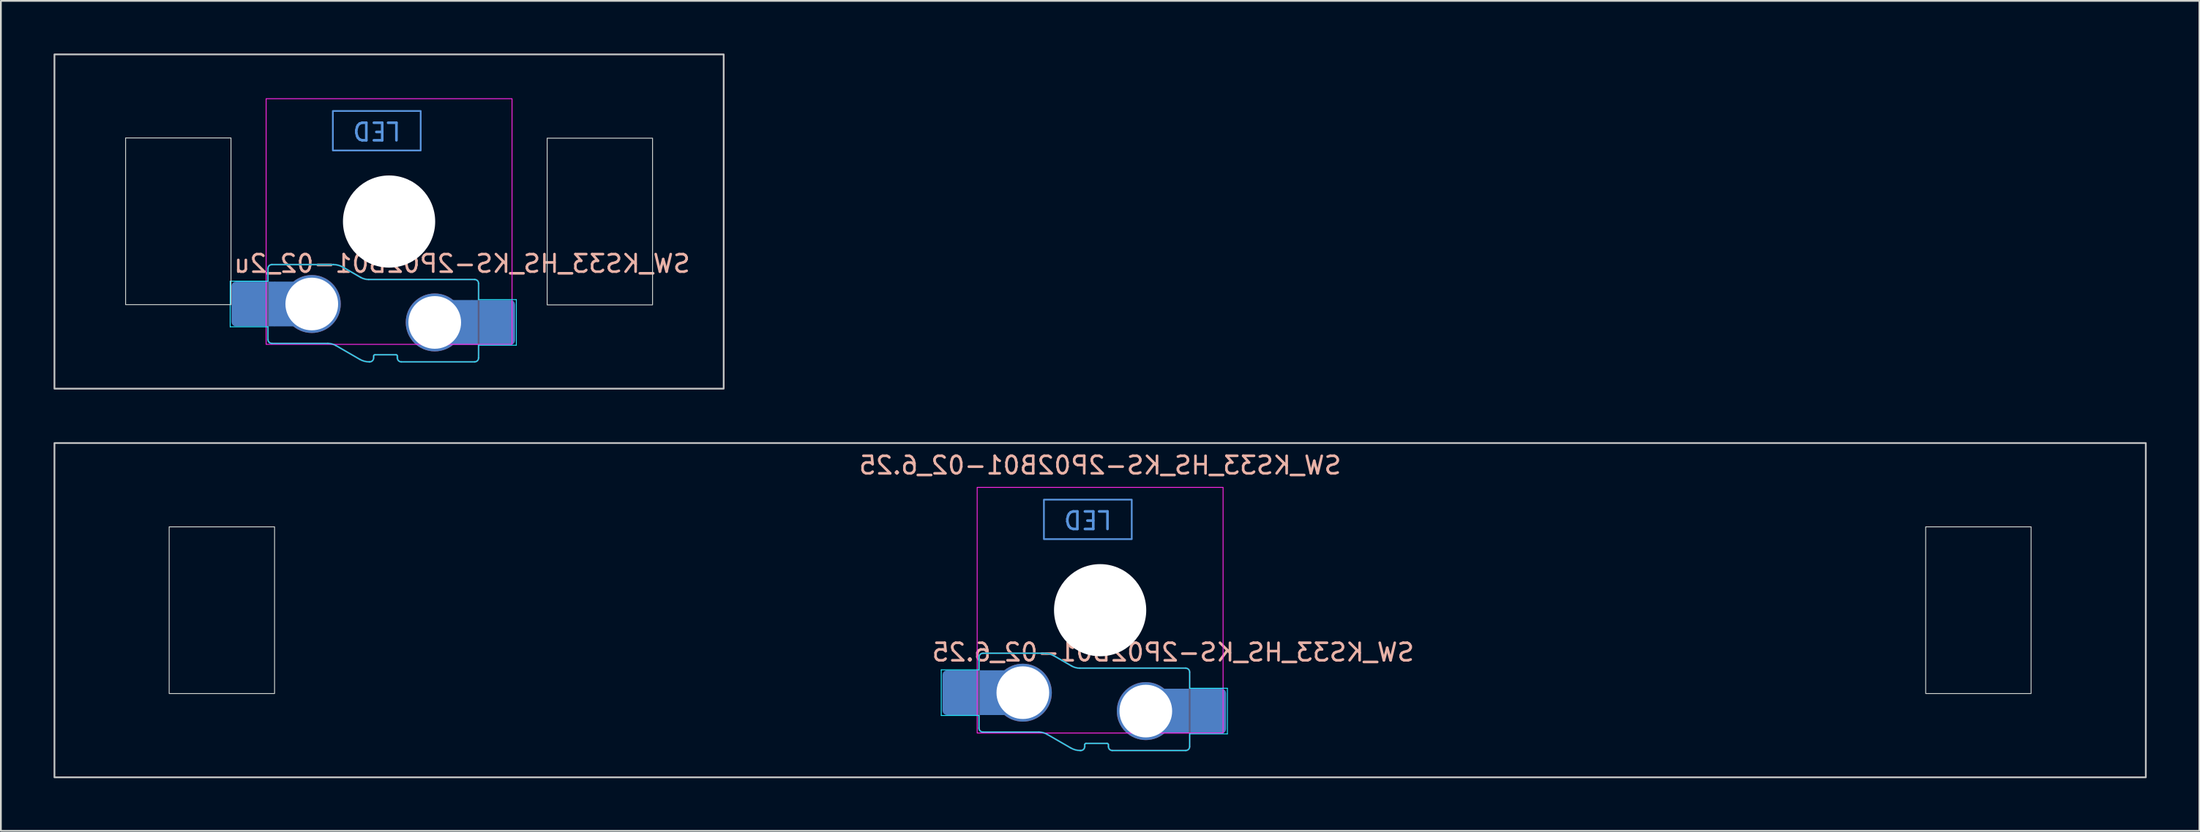
<source format=kicad_pcb>
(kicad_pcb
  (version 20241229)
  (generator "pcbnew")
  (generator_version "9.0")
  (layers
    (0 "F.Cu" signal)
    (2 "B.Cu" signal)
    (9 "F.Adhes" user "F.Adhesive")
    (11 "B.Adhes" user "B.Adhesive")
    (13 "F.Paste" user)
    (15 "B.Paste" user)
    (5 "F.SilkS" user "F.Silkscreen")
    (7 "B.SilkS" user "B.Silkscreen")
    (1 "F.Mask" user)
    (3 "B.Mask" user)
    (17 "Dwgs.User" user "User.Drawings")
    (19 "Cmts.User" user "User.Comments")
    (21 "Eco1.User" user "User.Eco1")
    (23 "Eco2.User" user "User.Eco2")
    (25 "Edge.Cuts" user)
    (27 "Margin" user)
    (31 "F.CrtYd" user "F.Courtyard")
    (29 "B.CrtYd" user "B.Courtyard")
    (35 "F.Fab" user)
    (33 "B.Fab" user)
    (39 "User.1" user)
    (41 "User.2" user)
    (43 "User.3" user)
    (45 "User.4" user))
  (footprint "SW_KS33_HS_KS-2P02B01-02_2u"
    (layer "F.Cu")
    (at 19.1 9.575)
    (property "Reference" "SW_KS33_HS_KS-2P02B01-02_2u" (at 4.155 2.4 180) (layer "B.SilkS") (effects (font (size 1 1) (thickness 0.15)) (justify mirror)))
    (attr smd)
    (fp_rect (start -19.05 -9.525) (end 19.05 9.525) (stroke (width 0.1) (type default)) (fill no) (layer "Dwgs.User"))
    (fp_rect (start -3.2 -4.05) (end 1.8 -6.3) (stroke (width 0.1) (type default)) (fill no) (layer "Cmts.User"))
    (fp_line (start -7 -6.5) (end -7 6.5) (stroke (width 0.1) (type default)) (layer "Eco2.User"))
    (fp_line (start -6.5 7) (end 6.5 7) (stroke (width 0.1) (type default)) (layer "Eco2.User"))
    (fp_line (start 6.5 -7) (end -6.5 -7) (stroke (width 0.1) (type default)) (layer "Eco2.User"))
    (fp_line (start 7 6.5) (end 7 -6.5) (stroke (width 0.1) (type default)) (layer "Eco2.User"))
    (fp_arc (start -7 -6.5) (mid -6.853553 -6.853553) (end -6.5 -7) (stroke (width 0.1) (type default)) (layer "Eco2.User"))
    (fp_arc (start -6.5 7) (mid -6.853553 6.853553) (end -7 6.5) (stroke (width 0.1) (type default)) (layer "Eco2.User"))
    (fp_arc (start 6.5 -7) (mid 6.853553 -6.853553) (end 7 -6.5) (stroke (width 0.1) (type default)) (layer "Eco2.User"))
    (fp_arc (start 7 6.5) (mid 6.853553 6.853553) (end 6.5 7) (stroke (width 0.1) (type default)) (layer "Eco2.User"))
    (fp_rect (start -15 -4.763) (end -9 4.737) (stroke (width 0.05) (type solid)) (fill no) (layer "Edge.Cuts"))
    (fp_rect (start 9 -4.75) (end 15 4.75) (stroke (width 0.05) (type solid)) (fill no) (layer "Edge.Cuts"))
    (fp_line (start -9.045 3.4) (end -9.045 6) (stroke (width 0.05) (type solid)) (layer "B.CrtYd"))
    (fp_line (start -9.045 6) (end -6.897 6) (stroke (width 0.05) (type solid)) (layer "B.CrtYd"))
    (fp_line (start -6.897 2.678) (end -6.897 3.4) (stroke (width 0.05) (type default)) (layer "B.CrtYd"))
    (fp_line (start -6.897 3.4) (end -9.045 3.4) (stroke (width 0.05) (type solid)) (layer "B.CrtYd"))
    (fp_line (start -6.897 6.722) (end -6.897 6) (stroke (width 0.05) (type default)) (layer "B.CrtYd"))
    (fp_line (start -6.672 6.947) (end -3.486 6.947) (stroke (width 0.05) (type solid)) (layer "B.CrtYd"))
    (fp_line (start -3.169 2.453) (end -6.672 2.453) (stroke (width 0.05) (type solid)) (layer "B.CrtYd"))
    (fp_line (start -3.023 7.07) (end -1.669 7.853) (stroke (width 0.05) (type solid)) (layer "B.CrtYd"))
    (fp_line (start -1.623 3.18) (end -2.631 2.597) (stroke (width 0.05) (type solid)) (layer "B.CrtYd"))
    (fp_line (start -1.131 7.997) (end -1.103 7.997) (stroke (width 0.05) (type solid)) (layer "B.CrtYd"))
    (fp_line (start -0.878 7.772) (end -0.878 7.666) (stroke (width 0.05) (type solid)) (layer "B.CrtYd"))
    (fp_line (start -0.803 7.591) (end 0.397 7.591) (stroke (width 0.05) (type solid)) (layer "B.CrtYd"))
    (fp_line (start 0.472 7.666) (end 0.472 7.772) (stroke (width 0.05) (type solid)) (layer "B.CrtYd"))
    (fp_line (start 0.697 7.997) (end 4.872 7.997) (stroke (width 0.05) (type solid)) (layer "B.CrtYd"))
    (fp_line (start 4.872 3.303) (end -1.161 3.303) (stroke (width 0.05) (type solid)) (layer "B.CrtYd"))
    (fp_line (start 5.097 4.45) (end 5.097 3.528) (stroke (width 0.05) (type default)) (layer "B.CrtYd"))
    (fp_line (start 5.097 7.05) (end 7.245 7.05) (stroke (width 0.05) (type solid)) (layer "B.CrtYd"))
    (fp_line (start 5.097 7.772) (end 5.097 7.05) (stroke (width 0.05) (type solid)) (layer "B.CrtYd"))
    (fp_line (start 7.245 4.45) (end 5.097 4.45) (stroke (width 0.05) (type solid)) (layer "B.CrtYd"))
    (fp_line (start 7.245 7.05) (end 7.245 4.45) (stroke (width 0.05) (type solid)) (layer "B.CrtYd"))
    (fp_arc (start -6.896509 2.678462) (mid -6.830601 2.51939) (end -6.671525 2.453491) (stroke (width 0.05) (type solid)) (layer "B.CrtYd"))
    (fp_arc (start -6.671538 6.946509) (mid -6.830605 6.880605) (end -6.896509 6.721538) (stroke (width 0.05) (type solid)) (layer "B.CrtYd"))
    (fp_arc (start -3.485647 6.946509) (mid -3.246259 6.978024) (end -3.023183 7.070426) (stroke (width 0.05) (type solid)) (layer "B.CrtYd"))
    (fp_arc (start -3.168841 2.453491) (mid -2.890655 2.490133) (end -2.63142 2.597493) (stroke (width 0.05) (type solid)) (layer "B.CrtYd"))
    (fp_arc (start -1.160763 3.303491) (mid -1.400151 3.271972) (end -1.623227 3.179574) (stroke (width 0.05) (type solid)) (layer "B.CrtYd"))
    (fp_arc (start -1.131159 7.996509) (mid -1.409348 7.959882) (end -1.66858 7.852507) (stroke (width 0.05) (type solid)) (layer "B.CrtYd"))
    (fp_arc (start -0.878483 7.666366) (mid -0.856509 7.613326) (end -0.803483 7.591366) (stroke (width 0.05) (type solid)) (layer "B.CrtYd"))
    (fp_arc (start -0.878483 7.771509) (mid -0.944384 7.930608) (end -1.103483 7.996509) (stroke (width 0.05) (type solid)) (layer "B.CrtYd"))
    (fp_arc (start 0.396517 7.591366) (mid 0.44955 7.613333) (end 0.471517 7.666366) (stroke (width 0.05) (type solid)) (layer "B.CrtYd"))
    (fp_arc (start 0.696525 7.997359) (mid 0.537421 7.931461) (end 0.471517 7.772359) (stroke (width 0.05) (type solid)) (layer "B.CrtYd"))
    (fp_arc (start 4.871538 3.303491) (mid 5.030608 3.369392) (end 5.096509 3.528462) (stroke (width 0.05) (type solid)) (layer "B.CrtYd"))
    (fp_arc (start 5.096509 7.771538) (mid 5.030611 7.930605) (end 4.871547 7.996509) (stroke (width 0.05) (type solid)) (layer "B.CrtYd"))
    (fp_rect (start -7 7) (end 7 -7) (stroke (width 0.05) (type default)) (fill no) (layer "F.CrtYd"))
    (fp_line (start -6.897 2.678) (end -6.897 6.722) (stroke (width 0.1) (type solid)) (layer "B.Fab"))
    (fp_line (start -6.672 6.947) (end -3.486 6.947) (stroke (width 0.1) (type solid)) (layer "B.Fab"))
    (fp_line (start -3.169 2.453) (end -6.672 2.453) (stroke (width 0.1) (type solid)) (layer "B.Fab"))
    (fp_line (start -3.023 7.07) (end -1.669 7.853) (stroke (width 0.1) (type solid)) (layer "B.Fab"))
    (fp_line (start -1.623 3.18) (end -2.631 2.597) (stroke (width 0.1) (type solid)) (layer "B.Fab"))
    (fp_line (start -1.131 7.997) (end -1.103 7.997) (stroke (width 0.1) (type solid)) (layer "B.Fab"))
    (fp_line (start -0.878 7.772) (end -0.878 7.666) (stroke (width 0.1) (type solid)) (layer "B.Fab"))
    (fp_line (start -0.803 7.591) (end 0.397 7.591) (stroke (width 0.1) (type solid)) (layer "B.Fab"))
    (fp_line (start 0.472 7.666) (end 0.472 7.772) (stroke (width 0.1) (type solid)) (layer "B.Fab"))
    (fp_line (start 0.697 7.997) (end 4.872 7.997) (stroke (width 0.1) (type solid)) (layer "B.Fab"))
    (fp_line (start 4.872 3.303) (end -1.161 3.303) (stroke (width 0.1) (type solid)) (layer "B.Fab"))
    (fp_line (start 5.097 7.772) (end 5.097 3.528) (stroke (width 0.1) (type solid)) (layer "B.Fab"))
    (fp_arc (start -6.896509 2.678462) (mid -6.830601 2.51939) (end -6.671525 2.453491) (stroke (width 0.1) (type solid)) (layer "B.Fab"))
    (fp_arc (start -6.671538 6.946509) (mid -6.830605 6.880605) (end -6.896509 6.721538) (stroke (width 0.1) (type solid)) (layer "B.Fab"))
    (fp_arc (start -3.485647 6.946509) (mid -3.246259 6.978024) (end -3.023183 7.070426) (stroke (width 0.1) (type solid)) (layer "B.Fab"))
    (fp_arc (start -3.168841 2.453491) (mid -2.890655 2.490133) (end -2.63142 2.597493) (stroke (width 0.1) (type solid)) (layer "B.Fab"))
    (fp_arc (start -1.160763 3.303491) (mid -1.400151 3.271972) (end -1.623227 3.179574) (stroke (width 0.1) (type solid)) (layer "B.Fab"))
    (fp_arc (start -1.131159 7.996509) (mid -1.409348 7.959882) (end -1.66858 7.852507) (stroke (width 0.1) (type solid)) (layer "B.Fab"))
    (fp_arc (start -0.878483 7.666366) (mid -0.856509 7.613326) (end -0.803483 7.591366) (stroke (width 0.1) (type solid)) (layer "B.Fab"))
    (fp_arc (start -0.878483 7.771509) (mid -0.944384 7.930608) (end -1.103483 7.996509) (stroke (width 0.1) (type solid)) (layer "B.Fab"))
    (fp_arc (start 0.396517 7.591366) (mid 0.44955 7.613333) (end 0.471517 7.666366) (stroke (width 0.1) (type solid)) (layer "B.Fab"))
    (fp_arc (start 0.696525 7.997359) (mid 0.537421 7.931461) (end 0.471517 7.772359) (stroke (width 0.1) (type solid)) (layer "B.Fab"))
    (fp_arc (start 4.871538 3.303491) (mid 5.030608 3.369392) (end 5.096509 3.528462) (stroke (width 0.1) (type solid)) (layer "B.Fab"))
    (fp_arc (start 5.096509 7.771538) (mid 5.030611 7.930605) (end 4.871547 7.996509) (stroke (width 0.1) (type solid)) (layer "B.Fab"))
    (fp_text user "LED" (at -0.7 -5.175 180) (unlocked yes) (layer "Cmts.User") (effects (font (size 1 1) (thickness 0.15))))
    (pad "" np_thru_hole circle (at 0 0 180) (size 5.25 5.25) (drill 5.25) (layers "*.Cu" "*.Mask"))
    (pad "1" smd roundrect (at -7.645 4.7) (size 2.65 2.55) (layers "B.Cu" "B.Mask" "B.Paste") (roundrect_rratio 0.1))
    (pad "1" smd rect (at -5.95 4.7) (size 1.2 2.55) (layers "B.Cu"))
    (pad "1" thru_hole circle (at -4.4 4.7) (size 3.3 3.3) (drill 3) (layers "*.Cu" "B.Mask"))
    (pad "2" thru_hole circle (at 2.6 5.75) (size 3.3 3.3) (drill 3) (layers "*.Cu" "B.Mask"))
    (pad "2" smd rect (at 4.15 5.75 180) (size 1.2 2.55) (layers "B.Cu"))
    (pad "2" smd roundrect (at 5.845 5.75) (size 2.65 2.55) (layers "B.Cu" "B.Mask" "B.Paste") (roundrect_rratio 0.1)))
  (footprint "SW_KS33_HS_KS-2P02B01-02_6.25"
    (layer "F.Cu")
    (at 59.581 31.725)
    (property "Reference" "SW_KS33_HS_KS-2P02B01-02_6.25" (at 4.155 2.4 180) (layer "B.SilkS") (effects (font (size 1 1) (thickness 0.15)) (justify mirror)))
    (attr smd)
    (fp_rect (start -59.531 -9.525) (end 59.531 9.525) (stroke (width 0.1) (type default)) (fill no) (layer "Dwgs.User"))
    (fp_rect (start -3.2 -4.05) (end 1.8 -6.3) (stroke (width 0.1) (type default)) (fill no) (layer "Cmts.User"))
    (fp_line (start -7 -6.5) (end -7 6.5) (stroke (width 0.1) (type default)) (layer "Eco2.User"))
    (fp_line (start -6.5 7) (end 6.5 7) (stroke (width 0.1) (type default)) (layer "Eco2.User"))
    (fp_line (start 6.5 -7) (end -6.5 -7) (stroke (width 0.1) (type default)) (layer "Eco2.User"))
    (fp_line (start 7 6.5) (end 7 -6.5) (stroke (width 0.1) (type default)) (layer "Eco2.User"))
    (fp_arc (start -7 -6.5) (mid -6.853553 -6.853553) (end -6.5 -7) (stroke (width 0.1) (type default)) (layer "Eco2.User"))
    (fp_arc (start -6.5 7) (mid -6.853553 6.853553) (end -7 6.5) (stroke (width 0.1) (type default)) (layer "Eco2.User"))
    (fp_arc (start 6.5 -7) (mid 6.853553 -6.853553) (end 7 -6.5) (stroke (width 0.1) (type default)) (layer "Eco2.User"))
    (fp_arc (start 7 6.5) (mid 6.853553 6.853553) (end 6.5 7) (stroke (width 0.1) (type default)) (layer "Eco2.User"))
    (fp_rect (start -53 -4.75) (end -47 4.75) (stroke (width 0.05) (type solid)) (fill no) (layer "Edge.Cuts"))
    (fp_rect (start 47 -4.75) (end 53 4.75) (stroke (width 0.05) (type solid)) (fill no) (layer "Edge.Cuts"))
    (fp_line (start -9.045 3.4) (end -9.045 6) (stroke (width 0.05) (type solid)) (layer "B.CrtYd"))
    (fp_line (start -9.045 6) (end -6.897 6) (stroke (width 0.05) (type solid)) (layer "B.CrtYd"))
    (fp_line (start -6.897 2.678) (end -6.897 3.4) (stroke (width 0.05) (type default)) (layer "B.CrtYd"))
    (fp_line (start -6.897 3.4) (end -9.045 3.4) (stroke (width 0.05) (type solid)) (layer "B.CrtYd"))
    (fp_line (start -6.897 6.722) (end -6.897 6) (stroke (width 0.05) (type default)) (layer "B.CrtYd"))
    (fp_line (start -6.672 6.947) (end -3.486 6.947) (stroke (width 0.05) (type solid)) (layer "B.CrtYd"))
    (fp_line (start -3.169 2.453) (end -6.672 2.453) (stroke (width 0.05) (type solid)) (layer "B.CrtYd"))
    (fp_line (start -3.023 7.07) (end -1.669 7.853) (stroke (width 0.05) (type solid)) (layer "B.CrtYd"))
    (fp_line (start -1.623 3.18) (end -2.631 2.597) (stroke (width 0.05) (type solid)) (layer "B.CrtYd"))
    (fp_line (start -1.131 7.997) (end -1.103 7.997) (stroke (width 0.05) (type solid)) (layer "B.CrtYd"))
    (fp_line (start -0.878 7.772) (end -0.878 7.666) (stroke (width 0.05) (type solid)) (layer "B.CrtYd"))
    (fp_line (start -0.803 7.591) (end 0.397 7.591) (stroke (width 0.05) (type solid)) (layer "B.CrtYd"))
    (fp_line (start 0.472 7.666) (end 0.472 7.772) (stroke (width 0.05) (type solid)) (layer "B.CrtYd"))
    (fp_line (start 0.697 7.997) (end 4.872 7.997) (stroke (width 0.05) (type solid)) (layer "B.CrtYd"))
    (fp_line (start 4.872 3.303) (end -1.161 3.303) (stroke (width 0.05) (type solid)) (layer "B.CrtYd"))
    (fp_line (start 5.097 4.45) (end 5.097 3.528) (stroke (width 0.05) (type default)) (layer "B.CrtYd"))
    (fp_line (start 5.097 7.05) (end 7.245 7.05) (stroke (width 0.05) (type solid)) (layer "B.CrtYd"))
    (fp_line (start 5.097 7.772) (end 5.097 7.05) (stroke (width 0.05) (type solid)) (layer "B.CrtYd"))
    (fp_line (start 7.245 4.45) (end 5.097 4.45) (stroke (width 0.05) (type solid)) (layer "B.CrtYd"))
    (fp_line (start 7.245 7.05) (end 7.245 4.45) (stroke (width 0.05) (type solid)) (layer "B.CrtYd"))
    (fp_arc (start -6.896509 2.678462) (mid -6.830601 2.51939) (end -6.671525 2.453491) (stroke (width 0.05) (type solid)) (layer "B.CrtYd"))
    (fp_arc (start -6.671538 6.946509) (mid -6.830605 6.880605) (end -6.896509 6.721538) (stroke (width 0.05) (type solid)) (layer "B.CrtYd"))
    (fp_arc (start -3.485647 6.946509) (mid -3.246259 6.978024) (end -3.023183 7.070426) (stroke (width 0.05) (type solid)) (layer "B.CrtYd"))
    (fp_arc (start -3.168841 2.453491) (mid -2.890655 2.490133) (end -2.63142 2.597493) (stroke (width 0.05) (type solid)) (layer "B.CrtYd"))
    (fp_arc (start -1.160763 3.303491) (mid -1.400151 3.271972) (end -1.623227 3.179574) (stroke (width 0.05) (type solid)) (layer "B.CrtYd"))
    (fp_arc (start -1.131159 7.996509) (mid -1.409348 7.959882) (end -1.66858 7.852507) (stroke (width 0.05) (type solid)) (layer "B.CrtYd"))
    (fp_arc (start -0.878483 7.666366) (mid -0.856509 7.613326) (end -0.803483 7.591366) (stroke (width 0.05) (type solid)) (layer "B.CrtYd"))
    (fp_arc (start -0.878483 7.771509) (mid -0.944384 7.930608) (end -1.103483 7.996509) (stroke (width 0.05) (type solid)) (layer "B.CrtYd"))
    (fp_arc (start 0.396517 7.591366) (mid 0.44955 7.613333) (end 0.471517 7.666366) (stroke (width 0.05) (type solid)) (layer "B.CrtYd"))
    (fp_arc (start 0.696525 7.997359) (mid 0.537421 7.931461) (end 0.471517 7.772359) (stroke (width 0.05) (type solid)) (layer "B.CrtYd"))
    (fp_arc (start 4.871538 3.303491) (mid 5.030608 3.369392) (end 5.096509 3.528462) (stroke (width 0.05) (type solid)) (layer "B.CrtYd"))
    (fp_arc (start 5.096509 7.771538) (mid 5.030611 7.930605) (end 4.871547 7.996509) (stroke (width 0.05) (type solid)) (layer "B.CrtYd"))
    (fp_rect (start -7 7) (end 7 -7) (stroke (width 0.05) (type default)) (fill no) (layer "F.CrtYd"))
    (fp_line (start -6.897 2.678) (end -6.897 6.722) (stroke (width 0.1) (type solid)) (layer "B.Fab"))
    (fp_line (start -6.672 6.947) (end -3.486 6.947) (stroke (width 0.1) (type solid)) (layer "B.Fab"))
    (fp_line (start -3.169 2.453) (end -6.672 2.453) (stroke (width 0.1) (type solid)) (layer "B.Fab"))
    (fp_line (start -3.023 7.07) (end -1.669 7.853) (stroke (width 0.1) (type solid)) (layer "B.Fab"))
    (fp_line (start -1.623 3.18) (end -2.631 2.597) (stroke (width 0.1) (type solid)) (layer "B.Fab"))
    (fp_line (start -1.131 7.997) (end -1.103 7.997) (stroke (width 0.1) (type solid)) (layer "B.Fab"))
    (fp_line (start -0.878 7.772) (end -0.878 7.666) (stroke (width 0.1) (type solid)) (layer "B.Fab"))
    (fp_line (start -0.803 7.591) (end 0.397 7.591) (stroke (width 0.1) (type solid)) (layer "B.Fab"))
    (fp_line (start 0.472 7.666) (end 0.472 7.772) (stroke (width 0.1) (type solid)) (layer "B.Fab"))
    (fp_line (start 0.697 7.997) (end 4.872 7.997) (stroke (width 0.1) (type solid)) (layer "B.Fab"))
    (fp_line (start 4.872 3.303) (end -1.161 3.303) (stroke (width 0.1) (type solid)) (layer "B.Fab"))
    (fp_line (start 5.097 7.772) (end 5.097 3.528) (stroke (width 0.1) (type solid)) (layer "B.Fab"))
    (fp_arc (start -6.896509 2.678462) (mid -6.830601 2.51939) (end -6.671525 2.453491) (stroke (width 0.1) (type solid)) (layer "B.Fab"))
    (fp_arc (start -6.671538 6.946509) (mid -6.830605 6.880605) (end -6.896509 6.721538) (stroke (width 0.1) (type solid)) (layer "B.Fab"))
    (fp_arc (start -3.485647 6.946509) (mid -3.246259 6.978024) (end -3.023183 7.070426) (stroke (width 0.1) (type solid)) (layer "B.Fab"))
    (fp_arc (start -3.168841 2.453491) (mid -2.890655 2.490133) (end -2.63142 2.597493) (stroke (width 0.1) (type solid)) (layer "B.Fab"))
    (fp_arc (start -1.160763 3.303491) (mid -1.400151 3.271972) (end -1.623227 3.179574) (stroke (width 0.1) (type solid)) (layer "B.Fab"))
    (fp_arc (start -1.131159 7.996509) (mid -1.409348 7.959882) (end -1.66858 7.852507) (stroke (width 0.1) (type solid)) (layer "B.Fab"))
    (fp_arc (start -0.878483 7.666366) (mid -0.856509 7.613326) (end -0.803483 7.591366) (stroke (width 0.1) (type solid)) (layer "B.Fab"))
    (fp_arc (start -0.878483 7.771509) (mid -0.944384 7.930608) (end -1.103483 7.996509) (stroke (width 0.1) (type solid)) (layer "B.Fab"))
    (fp_arc (start 0.396517 7.591366) (mid 0.44955 7.613333) (end 0.471517 7.666366) (stroke (width 0.1) (type solid)) (layer "B.Fab"))
    (fp_arc (start 0.696525 7.997359) (mid 0.537421 7.931461) (end 0.471517 7.772359) (stroke (width 0.1) (type solid)) (layer "B.Fab"))
    (fp_arc (start 4.871538 3.303491) (mid 5.030608 3.369392) (end 5.096509 3.528462) (stroke (width 0.1) (type solid)) (layer "B.Fab"))
    (fp_arc (start 5.096509 7.771538) (mid 5.030611 7.930605) (end 4.871547 7.996509) (stroke (width 0.1) (type solid)) (layer "B.Fab"))
    (fp_text user "${REFERENCE}" (at 0 -8.255 180) (layer "B.SilkS") (effects (font (size 1 1) (thickness 0.15)) (justify mirror)))
    (fp_text user "LED" (at -0.7 -5.175 180) (unlocked yes) (layer "Cmts.User") (effects (font (size 1 1) (thickness 0.15))))
    (pad "" np_thru_hole circle (at 0 0 180) (size 5.25 5.25) (drill 5.25) (layers "*.Cu" "*.Mask"))
    (pad "1" smd roundrect (at -7.645 4.7) (size 2.65 2.55) (layers "B.Cu" "B.Mask" "B.Paste") (roundrect_rratio 0.1))
    (pad "1" smd rect (at -5.95 4.7) (size 1.2 2.55) (layers "B.Cu"))
    (pad "1" thru_hole circle (at -4.4 4.7) (size 3.3 3.3) (drill 3) (layers "*.Cu" "B.Mask"))
    (pad "2" thru_hole circle (at 2.6 5.75) (size 3.3 3.3) (drill 3) (layers "*.Cu" "B.Mask"))
    (pad "2" smd rect (at 4.15 5.75 180) (size 1.2 2.55) (layers "B.Cu"))
    (pad "2" smd roundrect (at 5.845 5.75) (size 2.65 2.55) (layers "B.Cu" "B.Mask" "B.Paste") (roundrect_rratio 0.1)))
  (gr_rect
    (start -3 -3)
    (end 122.162 44.3)
    (stroke (width 0.1) (type default))
    (fill no)
    (layer "Edge.Cuts")))
</source>
